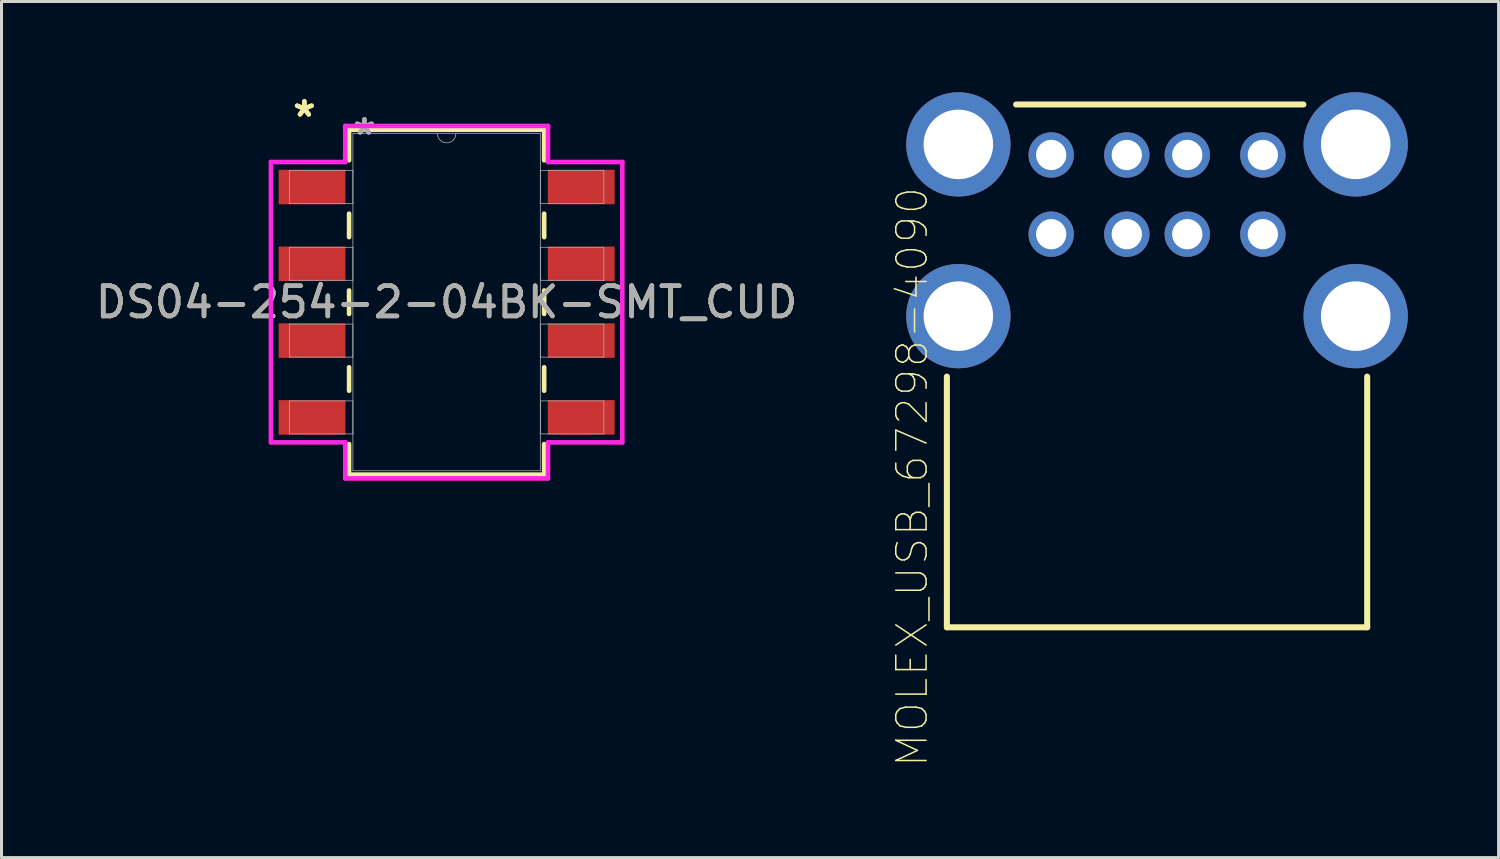
<source format=kicad_pcb>
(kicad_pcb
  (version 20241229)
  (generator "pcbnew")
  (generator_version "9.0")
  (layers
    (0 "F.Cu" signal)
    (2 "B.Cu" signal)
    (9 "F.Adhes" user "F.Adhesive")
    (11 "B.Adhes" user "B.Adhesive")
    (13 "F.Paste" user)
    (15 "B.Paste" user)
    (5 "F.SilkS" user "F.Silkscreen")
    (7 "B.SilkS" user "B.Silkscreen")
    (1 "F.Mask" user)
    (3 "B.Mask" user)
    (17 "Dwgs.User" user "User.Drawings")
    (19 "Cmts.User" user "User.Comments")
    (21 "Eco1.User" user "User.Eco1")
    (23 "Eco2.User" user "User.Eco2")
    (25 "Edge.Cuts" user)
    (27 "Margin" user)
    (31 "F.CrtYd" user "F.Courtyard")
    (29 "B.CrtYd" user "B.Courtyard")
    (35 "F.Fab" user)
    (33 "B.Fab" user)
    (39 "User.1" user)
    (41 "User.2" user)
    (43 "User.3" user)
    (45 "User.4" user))
  (footprint "MOLEX_USB_67298-4090"
    (layer "F.Cu")
    (at 35.214 7.405)
    (property "Reference" "MOLEX_USB_67298-4090" (at -8.099 5.319 90) (layer "F.SilkS") (effects (font (size 1.002 1.002) (thickness 0.05))))
    (attr through_hole)
    (fp_line (start -6.95 10.29) (end -6.95 2) (stroke (width 0.2) (type solid)) (layer "F.SilkS"))
    (fp_line (start -6.95 10.29) (end 6.95 10.29) (stroke (width 0.2) (type solid)) (layer "F.SilkS"))
    (fp_line (start -4.66 -7) (end 4.84 -7) (stroke (width 0.2) (type solid)) (layer "F.SilkS"))
    (fp_line (start 6.95 2) (end 6.95 10.29) (stroke (width 0.2) (type solid)) (layer "F.SilkS"))
    (fp_line (start -7.8 -7.25) (end 7.8 -7.25) (stroke (width 0.05) (type solid)) (layer "Eco1.User"))
    (fp_line (start -7.8 -4.5) (end -7.8 -7.25) (stroke (width 0.05) (type solid)) (layer "Eco1.User"))
    (fp_line (start -7.8 -1.25) (end -7.2 -1.25) (stroke (width 0.05) (type solid)) (layer "Eco1.User"))
    (fp_line (start -7.8 1.25) (end -7.8 -1.25) (stroke (width 0.05) (type solid)) (layer "Eco1.User"))
    (fp_line (start -7.2 -4.5) (end -7.8 -4.5) (stroke (width 0.05) (type solid)) (layer "Eco1.User"))
    (fp_line (start -7.2 -1.25) (end -7.2 -4.5) (stroke (width 0.05) (type solid)) (layer "Eco1.User"))
    (fp_line (start -7.2 1.25) (end -7.8 1.25) (stroke (width 0.05) (type solid)) (layer "Eco1.User"))
    (fp_line (start -7.2 10.45) (end -7.2 1.25) (stroke (width 0.05) (type solid)) (layer "Eco1.User"))
    (fp_line (start 7.2 -4.5) (end 7.2 -1.25) (stroke (width 0.05) (type solid)) (layer "Eco1.User"))
    (fp_line (start 7.2 -1.25) (end 7.8 -1.25) (stroke (width 0.05) (type solid)) (layer "Eco1.User"))
    (fp_line (start 7.2 1.25) (end 7.2 10.45) (stroke (width 0.05) (type solid)) (layer "Eco1.User"))
    (fp_line (start 7.2 10.45) (end -7.2 10.45) (stroke (width 0.05) (type solid)) (layer "Eco1.User"))
    (fp_line (start 7.8 -7.25) (end 7.8 -4.5) (stroke (width 0.05) (type solid)) (layer "Eco1.User"))
    (fp_line (start 7.8 -4.5) (end 7.2 -4.5) (stroke (width 0.05) (type solid)) (layer "Eco1.User"))
    (fp_line (start 7.8 -1.25) (end 7.8 1.25) (stroke (width 0.05) (type solid)) (layer "Eco1.User"))
    (fp_line (start 7.8 1.25) (end 7.2 1.25) (stroke (width 0.05) (type solid)) (layer "Eco1.User"))
    (pad "1" thru_hole circle (at -3.5 -5.33) (size 1.5 1.5) (drill 1) (layers "*.Cu" "*.Mask"))
    (pad "2" thru_hole circle (at -1 -5.33) (size 1.5 1.5) (drill 1) (layers "*.Cu" "*.Mask"))
    (pad "3" thru_hole circle (at 1 -5.33) (size 1.5 1.5) (drill 1) (layers "*.Cu" "*.Mask"))
    (pad "4" thru_hole circle (at 3.5 -5.33) (size 1.5 1.5) (drill 1) (layers "*.Cu" "*.Mask"))
    (pad "5" thru_hole circle (at -3.5 -2.71) (size 1.5 1.5) (drill 1) (layers "*.Cu" "*.Mask"))
    (pad "6" thru_hole circle (at -1 -2.71) (size 1.5 1.5) (drill 1) (layers "*.Cu" "*.Mask"))
    (pad "7" thru_hole circle (at 1 -2.71) (size 1.5 1.5) (drill 1) (layers "*.Cu" "*.Mask"))
    (pad "8" thru_hole circle (at 3.5 -2.71) (size 1.5 1.5) (drill 1) (layers "*.Cu" "*.Mask"))
    (pad "MT1" thru_hole circle (at -6.57 0) (size 3.45 3.45) (drill 2.3) (layers "*.Cu" "*.Mask"))
    (pad "MT2" thru_hole circle (at 6.57 0) (size 3.45 3.45) (drill 2.3) (layers "*.Cu" "*.Mask"))
    (pad "MT3" thru_hole circle (at -6.57 -5.68) (size 3.45 3.45) (drill 2.3) (layers "*.Cu" "*.Mask"))
    (pad "MT4" thru_hole circle (at 6.57 -5.68) (size 3.45 3.45) (drill 2.3) (layers "*.Cu" "*.Mask")))
  (footprint "DS04-254-2-04BK-SMT_CUD"
    (layer "F.Cu")
    (at 11.72 6.944)
    (property "Reference" "DS04-254-2-04BK-SMT_CUD" (at 0 0 0) (unlocked yes) (layer "F.SilkS") (effects (font (size 1 1) (thickness 0.15))))
    (attr smd)
    (fp_line (start -3.226 -5.702) (end -3.226 -4.692) (stroke (width 0.152) (type solid)) (layer "F.SilkS"))
    (fp_line (start -3.226 -2.928) (end -3.226 -2.152) (stroke (width 0.152) (type solid)) (layer "F.SilkS"))
    (fp_line (start -3.226 -0.388) (end -3.226 0.388) (stroke (width 0.152) (type solid)) (layer "F.SilkS"))
    (fp_line (start -3.226 2.152) (end -3.226 2.928) (stroke (width 0.152) (type solid)) (layer "F.SilkS"))
    (fp_line (start -3.226 4.692) (end -3.226 5.702) (stroke (width 0.152) (type solid)) (layer "F.SilkS"))
    (fp_line (start -3.226 5.702) (end 3.226 5.702) (stroke (width 0.152) (type solid)) (layer "F.SilkS"))
    (fp_line (start 3.226 -5.702) (end -3.226 -5.702) (stroke (width 0.152) (type solid)) (layer "F.SilkS"))
    (fp_line (start 3.226 -4.692) (end 3.226 -5.702) (stroke (width 0.152) (type solid)) (layer "F.SilkS"))
    (fp_line (start 3.226 -2.152) (end 3.226 -2.928) (stroke (width 0.152) (type solid)) (layer "F.SilkS"))
    (fp_line (start 3.226 0.388) (end 3.226 -0.388) (stroke (width 0.152) (type solid)) (layer "F.SilkS"))
    (fp_line (start 3.226 2.928) (end 3.226 2.152) (stroke (width 0.152) (type solid)) (layer "F.SilkS"))
    (fp_line (start 3.226 5.702) (end 3.226 4.692) (stroke (width 0.152) (type solid)) (layer "F.SilkS"))
    (fp_line (start -5.81 -4.636) (end -3.353 -4.636) (stroke (width 0.152) (type solid)) (layer "F.CrtYd"))
    (fp_line (start -5.81 4.636) (end -5.81 -4.636) (stroke (width 0.152) (type solid)) (layer "F.CrtYd"))
    (fp_line (start -5.81 4.636) (end -3.353 4.636) (stroke (width 0.152) (type solid)) (layer "F.CrtYd"))
    (fp_line (start -3.353 -5.829) (end 3.353 -5.829) (stroke (width 0.152) (type solid)) (layer "F.CrtYd"))
    (fp_line (start -3.353 -4.636) (end -3.353 -5.829) (stroke (width 0.152) (type solid)) (layer "F.CrtYd"))
    (fp_line (start -3.353 5.829) (end -3.353 4.636) (stroke (width 0.152) (type solid)) (layer "F.CrtYd"))
    (fp_line (start 3.353 -5.829) (end 3.353 -4.636) (stroke (width 0.152) (type solid)) (layer "F.CrtYd"))
    (fp_line (start 3.353 4.636) (end 3.353 5.829) (stroke (width 0.152) (type solid)) (layer "F.CrtYd"))
    (fp_line (start 3.353 5.829) (end -3.353 5.829) (stroke (width 0.152) (type solid)) (layer "F.CrtYd"))
    (fp_line (start 5.81 -4.636) (end 3.353 -4.636) (stroke (width 0.152) (type solid)) (layer "F.CrtYd"))
    (fp_line (start 5.81 -4.636) (end 5.81 4.636) (stroke (width 0.152) (type solid)) (layer "F.CrtYd"))
    (fp_line (start 5.81 4.636) (end 3.353 4.636) (stroke (width 0.152) (type solid)) (layer "F.CrtYd"))
    (fp_line (start -5.2 -4.356) (end -5.2 -3.264) (stroke (width 0.025) (type solid)) (layer "F.Fab"))
    (fp_line (start -5.2 -3.264) (end -3.099 -3.264) (stroke (width 0.025) (type solid)) (layer "F.Fab"))
    (fp_line (start -5.2 -1.816) (end -5.2 -0.724) (stroke (width 0.025) (type solid)) (layer "F.Fab"))
    (fp_line (start -5.2 -0.724) (end -3.099 -0.724) (stroke (width 0.025) (type solid)) (layer "F.Fab"))
    (fp_line (start -5.2 0.724) (end -5.2 1.816) (stroke (width 0.025) (type solid)) (layer "F.Fab"))
    (fp_line (start -5.2 1.816) (end -3.099 1.816) (stroke (width 0.025) (type solid)) (layer "F.Fab"))
    (fp_line (start -5.2 3.264) (end -5.2 4.356) (stroke (width 0.025) (type solid)) (layer "F.Fab"))
    (fp_line (start -5.2 4.356) (end -3.099 4.356) (stroke (width 0.025) (type solid)) (layer "F.Fab"))
    (fp_line (start -3.099 -5.575) (end -3.099 5.575) (stroke (width 0.025) (type solid)) (layer "F.Fab"))
    (fp_line (start -3.099 -4.356) (end -5.2 -4.356) (stroke (width 0.025) (type solid)) (layer "F.Fab"))
    (fp_line (start -3.099 -3.264) (end -3.099 -4.356) (stroke (width 0.025) (type solid)) (layer "F.Fab"))
    (fp_line (start -3.099 -1.816) (end -5.2 -1.816) (stroke (width 0.025) (type solid)) (layer "F.Fab"))
    (fp_line (start -3.099 -0.724) (end -3.099 -1.816) (stroke (width 0.025) (type solid)) (layer "F.Fab"))
    (fp_line (start -3.099 0.724) (end -5.2 0.724) (stroke (width 0.025) (type solid)) (layer "F.Fab"))
    (fp_line (start -3.099 1.816) (end -3.099 0.724) (stroke (width 0.025) (type solid)) (layer "F.Fab"))
    (fp_line (start -3.099 3.264) (end -5.2 3.264) (stroke (width 0.025) (type solid)) (layer "F.Fab"))
    (fp_line (start -3.099 4.356) (end -3.099 3.264) (stroke (width 0.025) (type solid)) (layer "F.Fab"))
    (fp_line (start -3.099 5.575) (end 3.099 5.575) (stroke (width 0.025) (type solid)) (layer "F.Fab"))
    (fp_line (start 3.099 -5.575) (end -3.099 -5.575) (stroke (width 0.025) (type solid)) (layer "F.Fab"))
    (fp_line (start 3.099 -4.356) (end 3.099 -3.264) (stroke (width 0.025) (type solid)) (layer "F.Fab"))
    (fp_line (start 3.099 -3.264) (end 5.2 -3.264) (stroke (width 0.025) (type solid)) (layer "F.Fab"))
    (fp_line (start 3.099 -1.816) (end 3.099 -0.724) (stroke (width 0.025) (type solid)) (layer "F.Fab"))
    (fp_line (start 3.099 -0.724) (end 5.2 -0.724) (stroke (width 0.025) (type solid)) (layer "F.Fab"))
    (fp_line (start 3.099 0.724) (end 3.099 1.816) (stroke (width 0.025) (type solid)) (layer "F.Fab"))
    (fp_line (start 3.099 1.816) (end 5.2 1.816) (stroke (width 0.025) (type solid)) (layer "F.Fab"))
    (fp_line (start 3.099 3.264) (end 3.099 4.356) (stroke (width 0.025) (type solid)) (layer "F.Fab"))
    (fp_line (start 3.099 4.356) (end 5.2 4.356) (stroke (width 0.025) (type solid)) (layer "F.Fab"))
    (fp_line (start 3.099 5.575) (end 3.099 -5.575) (stroke (width 0.025) (type solid)) (layer "F.Fab"))
    (fp_line (start 5.2 -4.356) (end 3.099 -4.356) (stroke (width 0.025) (type solid)) (layer "F.Fab"))
    (fp_line (start 5.2 -3.264) (end 5.2 -4.356) (stroke (width 0.025) (type solid)) (layer "F.Fab"))
    (fp_line (start 5.2 -1.816) (end 3.099 -1.816) (stroke (width 0.025) (type solid)) (layer "F.Fab"))
    (fp_line (start 5.2 -0.724) (end 5.2 -1.816) (stroke (width 0.025) (type solid)) (layer "F.Fab"))
    (fp_line (start 5.2 0.724) (end 3.099 0.724) (stroke (width 0.025) (type solid)) (layer "F.Fab"))
    (fp_line (start 5.2 1.816) (end 5.2 0.724) (stroke (width 0.025) (type solid)) (layer "F.Fab"))
    (fp_line (start 5.2 3.264) (end 3.099 3.264) (stroke (width 0.025) (type solid)) (layer "F.Fab"))
    (fp_line (start 5.2 4.356) (end 5.2 3.264) (stroke (width 0.025) (type solid)) (layer "F.Fab"))
    (fp_arc (start 0.3048 -5.5753) (mid 0 -5.2705) (end -0.3048 -5.5753) (stroke (width 0.0254) (type solid)) (layer "F.Fab"))
    (fp_text user "*" (at -4.705 -6.096 0) (layer "F.SilkS") (effects (font (size 1 1) (thickness 0.15))))
    (fp_text user "*" (at -4.705 -6.096 0) (unlocked yes) (layer "F.SilkS") (effects (font (size 1 1) (thickness 0.15))))
    (fp_text user "*" (at -2.718 -5.499 0) (layer "F.Fab") (effects (font (size 1 1) (thickness 0.15))))
    (fp_text user "*" (at -2.718 -5.499 0) (unlocked yes) (layer "F.Fab") (effects (font (size 1 1) (thickness 0.15))))
    (fp_text user "${REFERENCE}" (at 0 0 0) (unlocked yes) (layer "F.Fab") (effects (font (size 1 1) (thickness 0.15))))
    (pad "1" smd rect (at -4.451 -3.81) (size 2.21 1.143) (layers "F.Cu" "F.Mask" "F.Paste"))
    (pad "2" smd rect (at -4.451 -1.27) (size 2.21 1.143) (layers "F.Cu" "F.Mask" "F.Paste"))
    (pad "3" smd rect (at -4.451 1.27) (size 2.21 1.143) (layers "F.Cu" "F.Mask" "F.Paste"))
    (pad "4" smd rect (at -4.451 3.81) (size 2.21 1.143) (layers "F.Cu" "F.Mask" "F.Paste"))
    (pad "5" smd rect (at 4.451 3.81) (size 2.21 1.143) (layers "F.Cu" "F.Mask" "F.Paste"))
    (pad "6" smd rect (at 4.451 1.27) (size 2.21 1.143) (layers "F.Cu" "F.Mask" "F.Paste"))
    (pad "7" smd rect (at 4.451 -1.27) (size 2.21 1.143) (layers "F.Cu" "F.Mask" "F.Paste"))
    (pad "8" smd rect (at 4.451 -3.81) (size 2.21 1.143) (layers "F.Cu" "F.Mask" "F.Paste")))
  (gr_rect
    (start -3 -3)
    (end 46.509 25.311)
    (stroke (width 0.1) (type default))
    (fill no)
    (layer "Edge.Cuts")))
</source>
